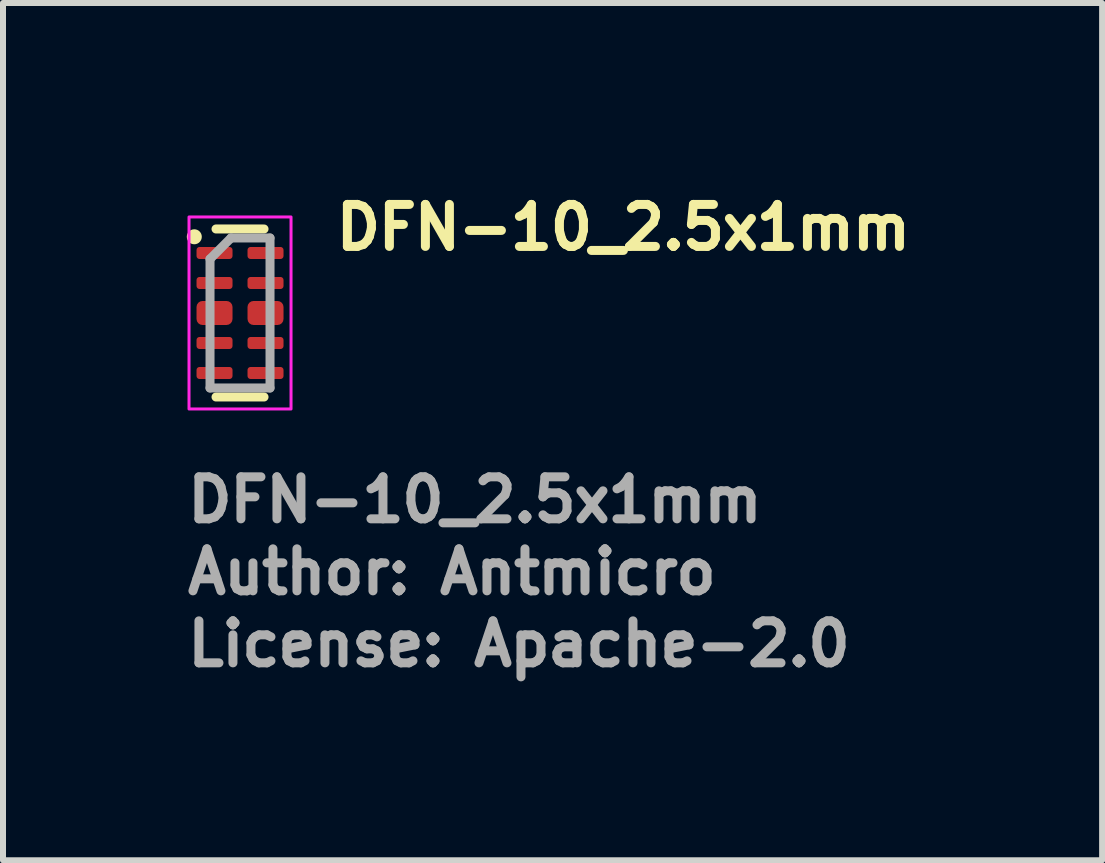
<source format=kicad_pcb>
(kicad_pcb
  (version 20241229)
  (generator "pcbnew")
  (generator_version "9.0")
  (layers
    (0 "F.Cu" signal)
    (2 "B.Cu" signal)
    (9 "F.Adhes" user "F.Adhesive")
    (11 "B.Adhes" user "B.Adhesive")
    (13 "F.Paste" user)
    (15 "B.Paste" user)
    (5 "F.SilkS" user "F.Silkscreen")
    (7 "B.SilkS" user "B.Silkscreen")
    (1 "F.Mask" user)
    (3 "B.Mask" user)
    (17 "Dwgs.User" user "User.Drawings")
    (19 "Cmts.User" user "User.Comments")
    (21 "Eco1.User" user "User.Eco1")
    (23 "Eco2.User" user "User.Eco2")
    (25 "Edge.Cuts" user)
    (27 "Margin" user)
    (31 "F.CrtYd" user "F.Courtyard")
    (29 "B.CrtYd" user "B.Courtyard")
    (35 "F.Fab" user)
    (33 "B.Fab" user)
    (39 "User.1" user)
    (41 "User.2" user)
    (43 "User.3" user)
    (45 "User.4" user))
  (footprint "DFN-10_2.5x1mm"
    (layer "F.Cu")
    (at 0.95 2.166)
    (property "Reference" "DFN-10_2.5x1mm" (at 1.524 -1.016 0) (layer "F.SilkS") (effects (font (size 0.7 0.7) (thickness 0.15)) (justify left bottom)))
    (attr smd)
    (fp_line (start -0.4 1.4) (end 0.4 1.4) (stroke (width 0.15) (type solid)) (layer "F.SilkS"))
    (fp_line (start 0.4 -1.4) (end -0.4 -1.4) (stroke (width 0.15) (type solid)) (layer "F.SilkS"))
    (fp_circle (center -0.762 -1.27) (end -0.712 -1.27) (stroke (width 0.15) (type solid)) (fill yes) (layer "F.SilkS"))
    (fp_rect (start -0.85 -1.6) (end 0.85 1.6) (stroke (width 0.05) (type solid)) (fill no) (layer "F.CrtYd"))
    (fp_line (start -0.5 -0.9) (end -0.5 1.25) (stroke (width 0.15) (type solid)) (layer "F.Fab"))
    (fp_line (start -0.5 1.25) (end 0.5 1.25) (stroke (width 0.15) (type solid)) (layer "F.Fab"))
    (fp_line (start -0.15 -1.25) (end -0.5 -0.9) (stroke (width 0.15) (type solid)) (layer "F.Fab"))
    (fp_line (start 0.5 -1.25) (end -0.15 -1.25) (stroke (width 0.15) (type solid)) (layer "F.Fab"))
    (fp_line (start 0.5 1.25) (end 0.5 -1.25) (stroke (width 0.15) (type solid)) (layer "F.Fab"))
    (fp_rect (start -0.5 -1.25) (end 0.5 1.25) (stroke (width 0.15) (type solid)) (fill no) (layer "User.5"))
    (fp_rect (start 0.5 -1.25) (end -0.5 1.25) (stroke (width 0.02) (type solid)) (fill no) (layer "User.9"))
    (fp_text user "${REFERENCE}" (at -0.95 3.524 0) (layer "F.Fab") (effects (font (size 0.7 0.7) (thickness 0.15)) (justify left bottom)))
    (fp_text user "Author: Antmicro" (at -0.95 4.724 0) (layer "F.Fab") (effects (font (size 0.7 0.7) (thickness 0.15)) (justify left bottom)))
    (fp_text user "License: Apache-2.0" (at -0.95 5.924 0) (layer "F.Fab") (effects (font (size 0.7 0.7) (thickness 0.15)) (justify left bottom)))
    (pad "1" smd roundrect (at -0.425 -1 270) (size 0.2 0.6) (layers "F.Cu" "F.Mask" "F.Paste") (roundrect_rratio 0.25))
    (pad "2" smd roundrect (at -0.425 -0.5 270) (size 0.2 0.6) (layers "F.Cu" "F.Mask" "F.Paste") (roundrect_rratio 0.25))
    (pad "3" smd roundrect (at -0.425 0 270) (size 0.4 0.6) (layers "F.Cu" "F.Mask" "F.Paste") (roundrect_rratio 0.25))
    (pad "4" smd roundrect (at -0.425 0.5 270) (size 0.2 0.6) (layers "F.Cu" "F.Mask" "F.Paste") (roundrect_rratio 0.25))
    (pad "5" smd roundrect (at -0.425 1 270) (size 0.2 0.6) (layers "F.Cu" "F.Mask" "F.Paste") (roundrect_rratio 0.25))
    (pad "6" smd roundrect (at 0.425 1 270) (size 0.2 0.6) (layers "F.Cu" "F.Mask" "F.Paste") (roundrect_rratio 0.25))
    (pad "7" smd roundrect (at 0.425 0.5 270) (size 0.2 0.6) (layers "F.Cu" "F.Mask" "F.Paste") (roundrect_rratio 0.25))
    (pad "8" smd roundrect (at 0.425 0 270) (size 0.4 0.6) (layers "F.Cu" "F.Mask" "F.Paste") (roundrect_rratio 0.25))
    (pad "9" smd roundrect (at 0.425 -0.5 270) (size 0.2 0.6) (layers "F.Cu" "F.Mask" "F.Paste") (roundrect_rratio 0.25))
    (pad "10" smd roundrect (at 0.425 -1 270) (size 0.2 0.6) (layers "F.Cu" "F.Mask" "F.Paste") (roundrect_rratio 0.25)))
  (gr_rect
    (start -3 -3)
    (end 15.317 11.286)
    (stroke (width 0.1) (type default))
    (fill no)
    (layer "Edge.Cuts")))
</source>
